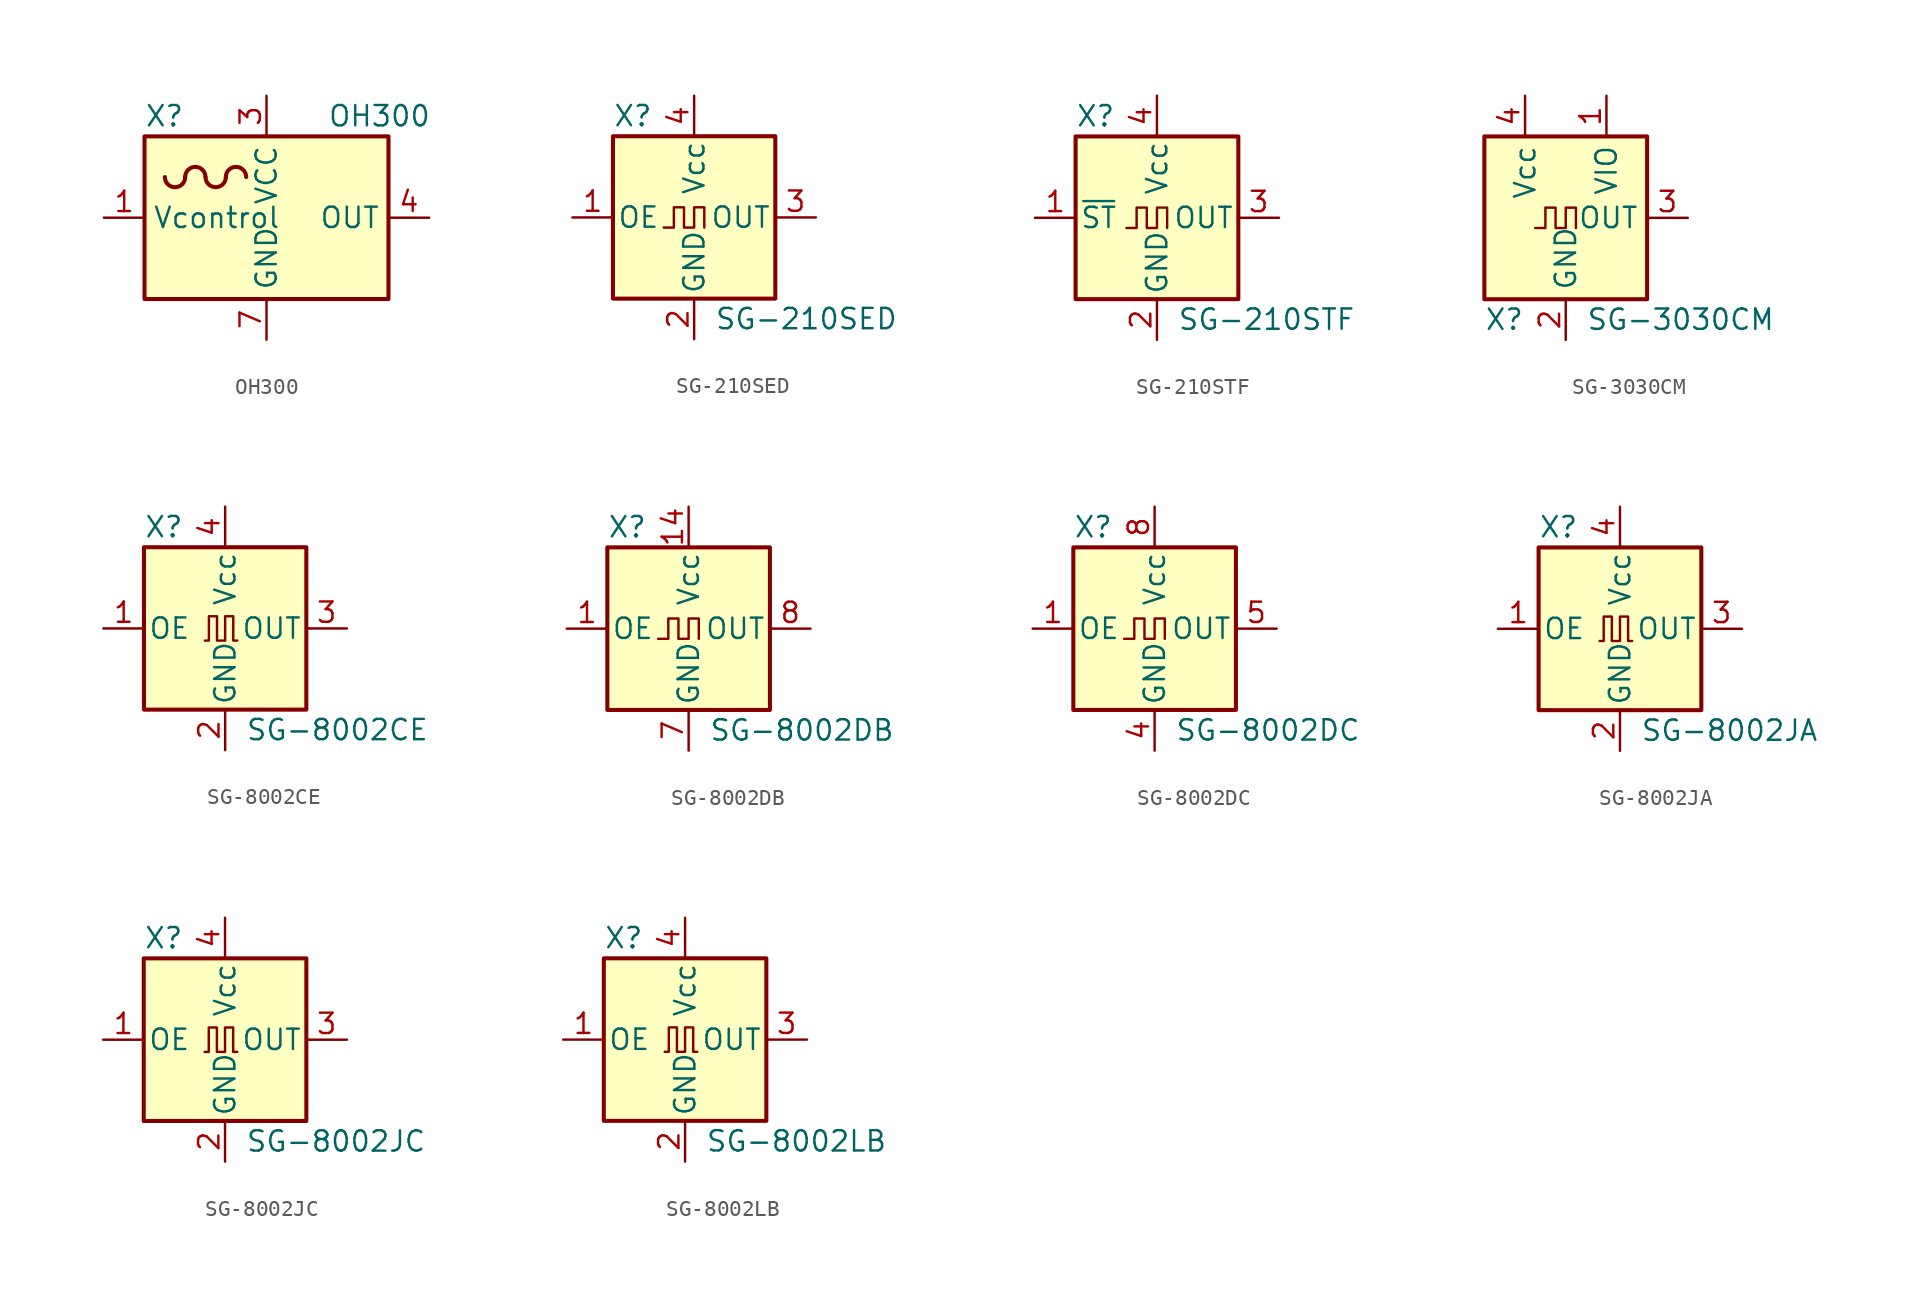
<source format=kicad_sym>
(kicad_symbol_lib
  (version 20201005)
  (generator kicad_symbol_editor)
  (symbol "Oscillator:OH300"
    (property "Reference" "X"
      (at -7.62 6.35 0)
      (effects (font (size 1.27 1.27)) (justify left)))
    (property "Value" "OH300"
      (at 3.81 6.35 0)
      (effects (font (size 1.27 1.27)) (justify left)))
    (symbol "OH300_0_1"
      (arc (start -6.35 2.54) (end -5.08 2.54) (radius (at -5.715 2.54) (length 0.635) (angles -179.9 -0.1)) (stroke (width 0.254)) (fill (type none)))
      (arc (start -3.81 2.54) (end -5.08 2.54) (radius (at -4.445 2.54) (length 0.635) (angles 0.1 179.9)) (stroke (width 0.254)) (fill (type none)))
      (arc (start -3.81 2.54) (end -2.54 2.54) (radius (at -3.175 2.54) (length 0.635) (angles -179.9 -0.1)) (stroke (width 0.254)) (fill (type none)))
      (arc (start -1.27 2.54) (end -2.54 2.54) (radius (at -1.905 2.54) (length 0.635) (angles 0.1 179.9)) (stroke (width 0.254)) (fill (type none)))
      (rectangle (start -7.62 5.08) (end 7.62 -5.08) (stroke (width 0.254)) (fill (type background))))
    (symbol "OH300_1_1"
      (pin input line (at -10.16 0 0) (length 2.54) (name "Vcontrol" (effects (font (size 1.27 1.27)))) (number "1" (effects (font (size 1.27 1.27)))))
      (pin no_connect line (at 2.54 -5.08 90) (length 2.54) hide (name "NC" (effects (font (size 1.27 1.27)))) (number "2" (effects (font (size 1.27 1.27)))))
      (pin power_in line (at 0 7.62 270) (length 2.54) (name "VCC" (effects (font (size 1.27 1.27)))) (number "3" (effects (font (size 1.27 1.27)))))
      (pin output line (at 10.16 0 180) (length 2.54) (name "OUT" (effects (font (size 1.27 1.27)))) (number "4" (effects (font (size 1.27 1.27)))))
      (pin no_connect line (at -2.54 -5.08 90) (length 2.54) hide (name "NC" (effects (font (size 1.27 1.27)))) (number "5" (effects (font (size 1.27 1.27)))))
      (pin no_connect line (at -5.08 -5.08 90) (length 2.54) hide (name "NC" (effects (font (size 1.27 1.27)))) (number "6" (effects (font (size 1.27 1.27)))))
      (pin power_in line (at 0 -7.62 90) (length 2.54) (name "GND" (effects (font (size 1.27 1.27)))) (number "7" (effects (font (size 1.27 1.27)))))))
  (symbol "Oscillator:SG-210SED"
    (pin_names
      (offset 0.254))
    (property "Reference" "X"
      (at -5.08 6.35 0)
      (effects (font (size 1.27 1.27)) (justify left)))
    (property "Value" "SG-210SED"
      (at 1.27 -6.35 0)
      (effects (font (size 1.27 1.27)) (justify left)))
    (symbol "SG-210SED_0_1"
      (rectangle (start -5.08 5.08) (end 5.08 -5.08) (stroke (width 0.254)) (fill (type background)))
      (polyline (pts (xy -1.905 -0.635) (xy -1.27 -0.635) (xy -1.27 0.635) (xy -0.635 0.635) (xy -0.635 -0.635) (xy 0 -0.635) (xy 0 0.635) (xy 0.635 0.635) (xy 0.635 -0.635)) (stroke (width 0)) (fill (type none))))
    (symbol "SG-210SED_1_1"
      (pin input line (at -7.62 0 0) (length 2.54) (name "OE" (effects (font (size 1.27 1.27)))) (number "1" (effects (font (size 1.27 1.27)))))
      (pin power_in line (at 0 -7.62 90) (length 2.54) (name "GND" (effects (font (size 1.27 1.27)))) (number "2" (effects (font (size 1.27 1.27)))))
      (pin output line (at 7.62 0 180) (length 2.54) (name "OUT" (effects (font (size 1.27 1.27)))) (number "3" (effects (font (size 1.27 1.27)))))
      (pin power_in line (at 0 7.62 270) (length 2.54) (name "Vcc" (effects (font (size 1.27 1.27)))) (number "4" (effects (font (size 1.27 1.27)))))))
  (symbol "Oscillator:SG-210STF"
    (pin_names
      (offset 0.254))
    (property "Reference" "X"
      (at -5.08 6.35 0)
      (effects (font (size 1.27 1.27)) (justify left)))
    (property "Value" "SG-210STF"
      (at 1.27 -6.35 0)
      (effects (font (size 1.27 1.27)) (justify left)))
    (symbol "SG-210STF_0_1"
      (rectangle (start -5.08 5.08) (end 5.08 -5.08) (stroke (width 0.254)) (fill (type background)))
      (polyline (pts (xy -1.905 -0.635) (xy -1.27 -0.635) (xy -1.27 0.635) (xy -0.635 0.635) (xy -0.635 -0.635) (xy 0 -0.635) (xy 0 0.635) (xy 0.635 0.635) (xy 0.635 -0.635)) (stroke (width 0)) (fill (type none))))
    (symbol "SG-210STF_1_1"
      (pin input line (at -7.62 0 0) (length 2.54) (name "~ST~" (effects (font (size 1.27 1.27)))) (number "1" (effects (font (size 1.27 1.27)))))
      (pin power_in line (at 0 -7.62 90) (length 2.54) (name "GND" (effects (font (size 1.27 1.27)))) (number "2" (effects (font (size 1.27 1.27)))))
      (pin output line (at 7.62 0 180) (length 2.54) (name "OUT" (effects (font (size 1.27 1.27)))) (number "3" (effects (font (size 1.27 1.27)))))
      (pin power_in line (at 0 7.62 270) (length 2.54) (name "Vcc" (effects (font (size 1.27 1.27)))) (number "4" (effects (font (size 1.27 1.27)))))))
  (symbol "Oscillator:SG-3030CM"
    (property "Reference" "X"
      (at -5.08 -6.35 0)
      (effects (font (size 1.27 1.27)) (justify left)))
    (property "Value" "SG-3030CM"
      (at 1.27 -6.35 0)
      (effects (font (size 1.27 1.27)) (justify left)))
    (symbol "SG-3030CM_0_1"
      (rectangle (start -5.08 5.08) (end 5.08 -5.08) (stroke (width 0.254)) (fill (type background)))
      (polyline (pts (xy -1.905 -0.635) (xy -1.27 -0.635) (xy -1.27 0.635) (xy -0.635 0.635) (xy -0.635 -0.635) (xy 0 -0.635) (xy 0 0.635) (xy 0.635 0.635) (xy 0.635 -0.635)) (stroke (width 0)) (fill (type none))))
    (symbol "SG-3030CM_1_1"
      (pin power_in line (at 2.54 7.62 270) (length 2.54) (name "VIO" (effects (font (size 1.27 1.27)))) (number "1" (effects (font (size 1.27 1.27)))))
      (pin power_in line (at 0 -7.62 90) (length 2.54) (name "GND" (effects (font (size 1.27 1.27)))) (number "2" (effects (font (size 1.27 1.27)))))
      (pin output line (at 7.62 0 180) (length 2.54) (name "OUT" (effects (font (size 1.27 1.27)))) (number "3" (effects (font (size 1.27 1.27)))))
      (pin power_in line (at -2.54 7.62 270) (length 2.54) (name "Vcc" (effects (font (size 1.27 1.27)))) (number "4" (effects (font (size 1.27 1.27)))))))
  (symbol "Oscillator:SG-8002CE"
    (pin_names
      (offset 0.254))
    (property "Reference" "X"
      (at -5.08 6.35 0)
      (effects (font (size 1.27 1.27)) (justify left)))
    (property "Value" "SG-8002CE"
      (at 1.27 -6.35 0)
      (effects (font (size 1.27 1.27)) (justify left)))
    (symbol "SG-8002CE_0_1"
      (rectangle (start -5.08 5.08) (end 5.08 -5.08) (stroke (width 0.254)) (fill (type background)))
      (polyline (pts (xy -1.27 -0.762) (xy -1.016 -0.762) (xy -1.016 0.762) (xy -0.508 0.762) (xy -0.508 -0.762) (xy 0 -0.762) (xy 0 0.762) (xy 0.508 0.762) (xy 0.508 -0.762) (xy 0.762 -0.762)) (stroke (width 0)) (fill (type none))))
    (symbol "SG-8002CE_1_1"
      (pin input line (at -7.62 0 0) (length 2.54) (name "OE" (effects (font (size 1.27 1.27)))) (number "1" (effects (font (size 1.27 1.27)))))
      (pin power_in line (at 0 -7.62 90) (length 2.54) (name "GND" (effects (font (size 1.27 1.27)))) (number "2" (effects (font (size 1.27 1.27)))))
      (pin output line (at 7.62 0 180) (length 2.54) (name "OUT" (effects (font (size 1.27 1.27)))) (number "3" (effects (font (size 1.27 1.27)))))
      (pin power_in line (at 0 7.62 270) (length 2.54) (name "Vcc" (effects (font (size 1.27 1.27)))) (number "4" (effects (font (size 1.27 1.27)))))))
  (symbol "Oscillator:SG-8002DB"
    (pin_names
      (offset 0.254))
    (property "Reference" "X"
      (at -5.08 6.35 0)
      (effects (font (size 1.27 1.27)) (justify left)))
    (property "Value" "SG-8002DB"
      (at 1.27 -6.35 0)
      (effects (font (size 1.27 1.27)) (justify left)))
    (symbol "SG-8002DB_0_1"
      (rectangle (start -5.08 5.08) (end 5.08 -5.08) (stroke (width 0.254)) (fill (type background)))
      (polyline (pts (xy -1.905 -0.635) (xy -1.27 -0.635) (xy -1.27 0.635) (xy -0.635 0.635) (xy -0.635 -0.635) (xy 0 -0.635) (xy 0 0.635) (xy 0.635 0.635) (xy 0.635 -0.635)) (stroke (width 0)) (fill (type none))))
    (symbol "SG-8002DB_1_1"
      (pin input line (at -7.62 0 0) (length 2.54) (name "OE" (effects (font (size 1.27 1.27)))) (number "1" (effects (font (size 1.27 1.27)))))
      (pin power_in line (at 0 7.62 270) (length 2.54) (name "Vcc" (effects (font (size 1.27 1.27)))) (number "14" (effects (font (size 1.27 1.27)))))
      (pin power_in line (at 0 -7.62 90) (length 2.54) (name "GND" (effects (font (size 1.27 1.27)))) (number "7" (effects (font (size 1.27 1.27)))))
      (pin output line (at 7.62 0 180) (length 2.54) (name "OUT" (effects (font (size 1.27 1.27)))) (number "8" (effects (font (size 1.27 1.27)))))))
  (symbol "Oscillator:SG-8002DC"
    (pin_names
      (offset 0.254))
    (property "Reference" "X"
      (at -5.08 6.35 0)
      (effects (font (size 1.27 1.27)) (justify left)))
    (property "Value" "SG-8002DC"
      (at 1.27 -6.35 0)
      (effects (font (size 1.27 1.27)) (justify left)))
    (symbol "SG-8002DC_0_1"
      (rectangle (start -5.08 5.08) (end 5.08 -5.08) (stroke (width 0.254)) (fill (type background)))
      (polyline (pts (xy -1.905 -0.635) (xy -1.27 -0.635) (xy -1.27 0.635) (xy -0.635 0.635) (xy -0.635 -0.635) (xy 0 -0.635) (xy 0 0.635) (xy 0.635 0.635) (xy 0.635 -0.635)) (stroke (width 0)) (fill (type none))))
    (symbol "SG-8002DC_1_1"
      (pin input line (at -7.62 0 0) (length 2.54) (name "OE" (effects (font (size 1.27 1.27)))) (number "1" (effects (font (size 1.27 1.27)))))
      (pin power_in line (at 0 -7.62 90) (length 2.54) (name "GND" (effects (font (size 1.27 1.27)))) (number "4" (effects (font (size 1.27 1.27)))))
      (pin output line (at 7.62 0 180) (length 2.54) (name "OUT" (effects (font (size 1.27 1.27)))) (number "5" (effects (font (size 1.27 1.27)))))
      (pin power_in line (at 0 7.62 270) (length 2.54) (name "Vcc" (effects (font (size 1.27 1.27)))) (number "8" (effects (font (size 1.27 1.27)))))))
  (symbol "Oscillator:SG-8002JA"
    (pin_names
      (offset 0.254))
    (property "Reference" "X"
      (at -5.08 6.35 0)
      (effects (font (size 1.27 1.27)) (justify left)))
    (property "Value" "SG-8002JA"
      (at 1.27 -6.35 0)
      (effects (font (size 1.27 1.27)) (justify left)))
    (symbol "SG-8002JA_0_1"
      (rectangle (start -5.08 5.08) (end 5.08 -5.08) (stroke (width 0.254)) (fill (type background)))
      (polyline (pts (xy -1.27 -0.762) (xy -1.016 -0.762) (xy -1.016 0.762) (xy -0.508 0.762) (xy -0.508 -0.762) (xy 0 -0.762) (xy 0 0.762) (xy 0.508 0.762) (xy 0.508 -0.762) (xy 0.762 -0.762)) (stroke (width 0)) (fill (type none))))
    (symbol "SG-8002JA_1_1"
      (pin input line (at -7.62 0 0) (length 2.54) (name "OE" (effects (font (size 1.27 1.27)))) (number "1" (effects (font (size 1.27 1.27)))))
      (pin power_in line (at 0 -7.62 90) (length 2.54) (name "GND" (effects (font (size 1.27 1.27)))) (number "2" (effects (font (size 1.27 1.27)))))
      (pin output line (at 7.62 0 180) (length 2.54) (name "OUT" (effects (font (size 1.27 1.27)))) (number "3" (effects (font (size 1.27 1.27)))))
      (pin power_in line (at 0 7.62 270) (length 2.54) (name "Vcc" (effects (font (size 1.27 1.27)))) (number "4" (effects (font (size 1.27 1.27)))))))
  (symbol "Oscillator:SG-8002JC"
    (pin_names
      (offset 0.254))
    (property "Reference" "X"
      (at -5.08 6.35 0)
      (effects (font (size 1.27 1.27)) (justify left)))
    (property "Value" "SG-8002JC"
      (at 1.27 -6.35 0)
      (effects (font (size 1.27 1.27)) (justify left)))
    (symbol "SG-8002JC_0_1"
      (rectangle (start -5.08 5.08) (end 5.08 -5.08) (stroke (width 0.254)) (fill (type background)))
      (polyline (pts (xy -1.27 -0.762) (xy -1.016 -0.762) (xy -1.016 0.762) (xy -0.508 0.762) (xy -0.508 -0.762) (xy 0 -0.762) (xy 0 0.762) (xy 0.508 0.762) (xy 0.508 -0.762) (xy 0.762 -0.762)) (stroke (width 0)) (fill (type none))))
    (symbol "SG-8002JC_1_1"
      (pin input line (at -7.62 0 0) (length 2.54) (name "OE" (effects (font (size 1.27 1.27)))) (number "1" (effects (font (size 1.27 1.27)))))
      (pin power_in line (at 0 -7.62 90) (length 2.54) (name "GND" (effects (font (size 1.27 1.27)))) (number "2" (effects (font (size 1.27 1.27)))))
      (pin output line (at 7.62 0 180) (length 2.54) (name "OUT" (effects (font (size 1.27 1.27)))) (number "3" (effects (font (size 1.27 1.27)))))
      (pin power_in line (at 0 7.62 270) (length 2.54) (name "Vcc" (effects (font (size 1.27 1.27)))) (number "4" (effects (font (size 1.27 1.27)))))))
  (symbol "Oscillator:SG-8002LB"
    (pin_names
      (offset 0.254))
    (property "Reference" "X"
      (at -5.08 6.35 0)
      (effects (font (size 1.27 1.27)) (justify left)))
    (property "Value" "SG-8002LB"
      (at 1.27 -6.35 0)
      (effects (font (size 1.27 1.27)) (justify left)))
    (symbol "SG-8002LB_0_1"
      (rectangle (start -5.08 5.08) (end 5.08 -5.08) (stroke (width 0.254)) (fill (type background)))
      (polyline (pts (xy -1.27 -0.762) (xy -1.016 -0.762) (xy -1.016 0.762) (xy -0.508 0.762) (xy -0.508 -0.762) (xy 0 -0.762) (xy 0 0.762) (xy 0.508 0.762) (xy 0.508 -0.762) (xy 0.762 -0.762)) (stroke (width 0)) (fill (type none))))
    (symbol "SG-8002LB_1_1"
      (pin input line (at -7.62 0 0) (length 2.54) (name "OE" (effects (font (size 1.27 1.27)))) (number "1" (effects (font (size 1.27 1.27)))))
      (pin power_in line (at 0 -7.62 90) (length 2.54) (name "GND" (effects (font (size 1.27 1.27)))) (number "2" (effects (font (size 1.27 1.27)))))
      (pin output line (at 7.62 0 180) (length 2.54) (name "OUT" (effects (font (size 1.27 1.27)))) (number "3" (effects (font (size 1.27 1.27)))))
      (pin power_in line (at 0 7.62 270) (length 2.54) (name "Vcc" (effects (font (size 1.27 1.27)))) (number "4" (effects (font (size 1.27 1.27))))))))
</source>
